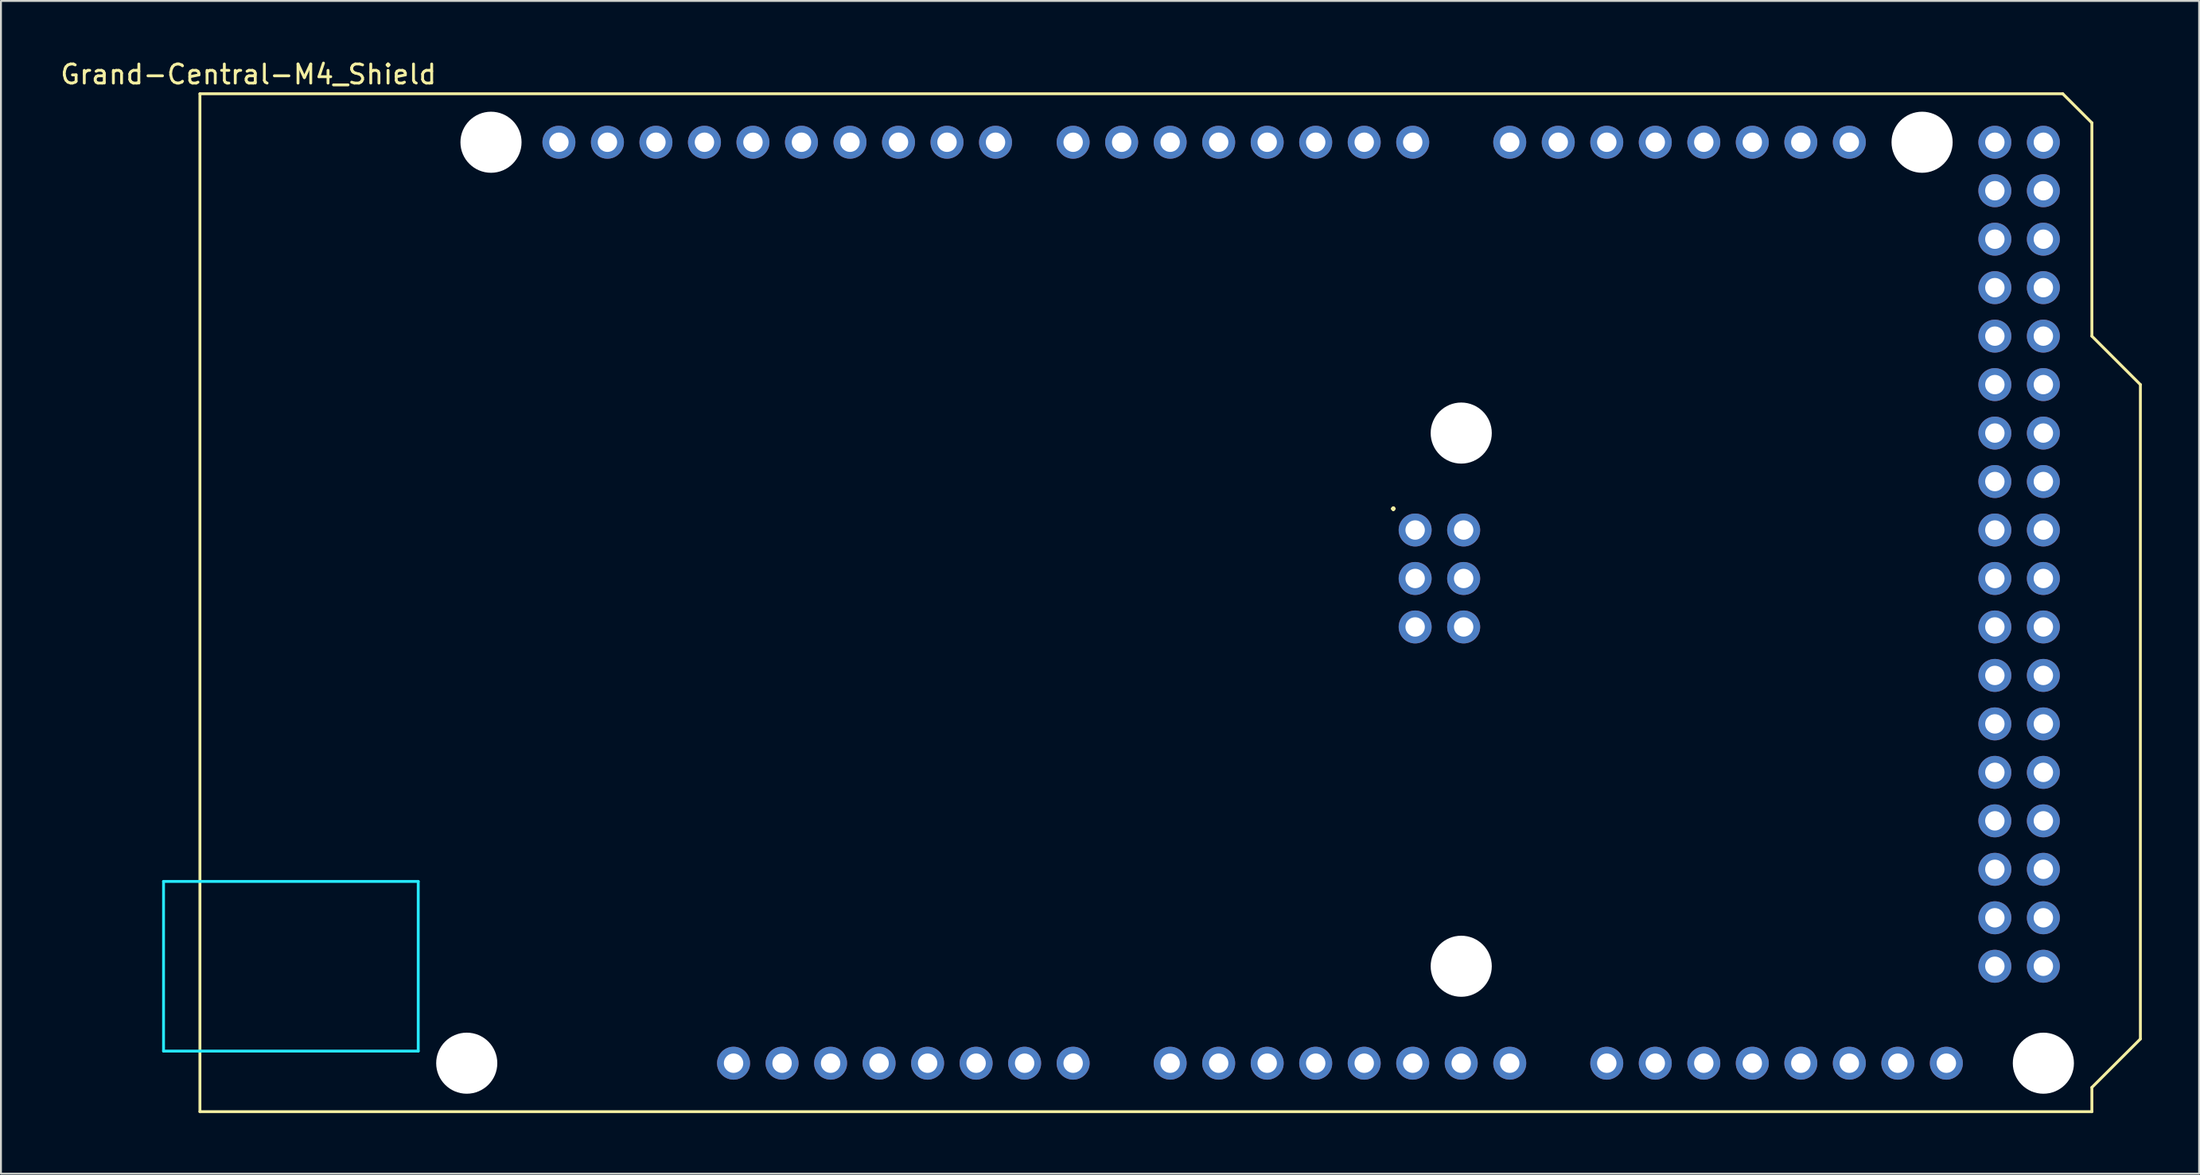
<source format=kicad_pcb>
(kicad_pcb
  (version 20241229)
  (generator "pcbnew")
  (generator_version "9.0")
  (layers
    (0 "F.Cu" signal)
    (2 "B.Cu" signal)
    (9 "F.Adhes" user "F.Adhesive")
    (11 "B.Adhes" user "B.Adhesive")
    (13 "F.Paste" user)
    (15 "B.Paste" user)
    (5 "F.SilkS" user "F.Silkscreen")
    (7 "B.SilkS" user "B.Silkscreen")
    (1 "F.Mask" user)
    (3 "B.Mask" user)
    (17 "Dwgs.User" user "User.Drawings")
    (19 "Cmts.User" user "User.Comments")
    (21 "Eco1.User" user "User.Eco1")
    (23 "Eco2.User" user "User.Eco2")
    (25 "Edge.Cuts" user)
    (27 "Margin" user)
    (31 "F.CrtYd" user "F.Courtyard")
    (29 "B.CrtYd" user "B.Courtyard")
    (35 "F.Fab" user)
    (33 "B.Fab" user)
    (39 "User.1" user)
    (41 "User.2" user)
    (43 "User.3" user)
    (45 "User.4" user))
  (footprint "Grand-Central-M4_Shield"
    (layer "F.Cu")
    (at 7.418 55.204)
    (property "Reference" "Grand-Central-M4_Shield" (at 2.54 -54.356 0) (layer "F.SilkS") (effects (font (size 1 1) (thickness 0.15))))
    (attr through_hole)
    (fp_line (start 0 -53.34) (end 0 0) (stroke (width 0.15) (type solid)) (layer "F.SilkS"))
    (fp_line (start 0 -53.34) (end 97.536 -53.34) (stroke (width 0.15) (type solid)) (layer "F.SilkS"))
    (fp_line (start 0 0) (end 99.06 0) (stroke (width 0.15) (type solid)) (layer "F.SilkS"))
    (fp_line (start 97.536 -53.34) (end 99.06 -51.816) (stroke (width 0.15) (type solid)) (layer "F.SilkS"))
    (fp_line (start 99.06 -40.64) (end 99.06 -51.816) (stroke (width 0.15) (type solid)) (layer "F.SilkS"))
    (fp_line (start 99.06 -1.27) (end 101.6 -3.81) (stroke (width 0.15) (type solid)) (layer "F.SilkS"))
    (fp_line (start 99.06 0) (end 99.06 -1.27) (stroke (width 0.15) (type solid)) (layer "F.SilkS"))
    (fp_line (start 101.6 -38.1) (end 99.06 -40.64) (stroke (width 0.15) (type solid)) (layer "F.SilkS"))
    (fp_line (start 101.6 -3.81) (end 101.6 -38.1) (stroke (width 0.15) (type solid)) (layer "F.SilkS"))
    (fp_line (start -1.905 -12.065) (end -1.905 -3.175) (stroke (width 0.15) (type solid)) (layer "B.CrtYd"))
    (fp_line (start -1.905 -12.065) (end 11.43 -12.065) (stroke (width 0.15) (type solid)) (layer "B.CrtYd"))
    (fp_line (start -1.905 -3.175) (end 11.43 -3.175) (stroke (width 0.15) (type solid)) (layer "B.CrtYd"))
    (fp_line (start 11.43 -12.065) (end 11.43 -3.175) (stroke (width 0.15) (type solid)) (layer "B.CrtYd"))
    (fp_text user "." (at 62.484 -32.004 0) (layer "F.SilkS") (effects (font (size 1 1) (thickness 0.15))))
    (pad "" np_thru_hole circle (at 13.97 -2.54) (size 3.2 3.2) (drill 3.2) (layers "*.Cu" "*.Mask"))
    (pad "" np_thru_hole circle (at 15.24 -50.8) (size 3.2 3.2) (drill 3.2) (layers "*.Cu" "*.Mask"))
    (pad "" np_thru_hole circle (at 66.04 -35.56) (size 3.2 3.2) (drill 3.2) (layers "*.Cu" "*.Mask"))
    (pad "" np_thru_hole circle (at 66.04 -7.62) (size 3.2 3.2) (drill 3.2) (layers "*.Cu" "*.Mask"))
    (pad "" np_thru_hole circle (at 90.17 -50.8) (size 3.2 3.2) (drill 3.2) (layers "*.Cu" "*.Mask"))
    (pad "" np_thru_hole circle (at 96.52 -2.54) (size 3.2 3.2) (drill 3.2) (layers "*.Cu" "*.Mask"))
    (pad "3V3" thru_hole oval (at 35.56 -2.54) (size 1.727 1.727) (drill 1.016) (layers "*.Cu" "*.Mask"))
    (pad "5V1" thru_hole oval (at 38.1 -2.54) (size 1.727 1.727) (drill 1.016) (layers "*.Cu" "*.Mask"))
    (pad "5V2" thru_hole oval (at 66.167 -30.48) (size 1.727 1.727) (drill 1.016) (layers "*.Cu" "*.Mask"))
    (pad "5V3" thru_hole oval (at 93.98 -50.8) (size 1.727 1.727) (drill 1.016) (layers "*.Cu" "*.Mask"))
    (pad "5V4" thru_hole oval (at 96.52 -50.8) (size 1.727 1.727) (drill 1.016) (layers "*.Cu" "*.Mask"))
    (pad "A0" thru_hole oval (at 50.8 -2.54) (size 1.727 1.727) (drill 1.016) (layers "*.Cu" "*.Mask"))
    (pad "A1" thru_hole oval (at 53.34 -2.54) (size 1.727 1.727) (drill 1.016) (layers "*.Cu" "*.Mask"))
    (pad "A2" thru_hole oval (at 55.88 -2.54) (size 1.727 1.727) (drill 1.016) (layers "*.Cu" "*.Mask"))
    (pad "A3" thru_hole oval (at 58.42 -2.54) (size 1.727 1.727) (drill 1.016) (layers "*.Cu" "*.Mask"))
    (pad "A4" thru_hole oval (at 60.96 -2.54) (size 1.727 1.727) (drill 1.016) (layers "*.Cu" "*.Mask"))
    (pad "A5" thru_hole oval (at 63.5 -2.54) (size 1.727 1.727) (drill 1.016) (layers "*.Cu" "*.Mask"))
    (pad "A6" thru_hole oval (at 66.04 -2.54) (size 1.727 1.727) (drill 1.016) (layers "*.Cu" "*.Mask"))
    (pad "A7" thru_hole oval (at 68.58 -2.54) (size 1.727 1.727) (drill 1.016) (layers "*.Cu" "*.Mask"))
    (pad "A8" thru_hole oval (at 73.66 -2.54) (size 1.727 1.727) (drill 1.016) (layers "*.Cu" "*.Mask"))
    (pad "A9" thru_hole oval (at 76.2 -2.54) (size 1.727 1.727) (drill 1.016) (layers "*.Cu" "*.Mask"))
    (pad "A10" thru_hole oval (at 78.74 -2.54) (size 1.727 1.727) (drill 1.016) (layers "*.Cu" "*.Mask"))
    (pad "A11" thru_hole oval (at 81.28 -2.54) (size 1.727 1.727) (drill 1.016) (layers "*.Cu" "*.Mask"))
    (pad "A12" thru_hole oval (at 83.82 -2.54) (size 1.727 1.727) (drill 1.016) (layers "*.Cu" "*.Mask"))
    (pad "A13" thru_hole oval (at 86.36 -2.54) (size 1.727 1.727) (drill 1.016) (layers "*.Cu" "*.Mask"))
    (pad "A14" thru_hole oval (at 88.9 -2.54) (size 1.727 1.727) (drill 1.016) (layers "*.Cu" "*.Mask"))
    (pad "A15" thru_hole oval (at 91.44 -2.54) (size 1.727 1.727) (drill 1.016) (layers "*.Cu" "*.Mask"))
    (pad "AREF" thru_hole oval (at 23.876 -50.8) (size 1.727 1.727) (drill 1.016) (layers "*.Cu" "*.Mask"))
    (pad "D0" thru_hole oval (at 63.5 -50.8) (size 1.727 1.727) (drill 1.016) (layers "*.Cu" "*.Mask"))
    (pad "D1" thru_hole oval (at 60.96 -50.8) (size 1.727 1.727) (drill 1.016) (layers "*.Cu" "*.Mask"))
    (pad "D2" thru_hole oval (at 58.42 -50.8) (size 1.727 1.727) (drill 1.016) (layers "*.Cu" "*.Mask"))
    (pad "D3" thru_hole oval (at 55.88 -50.8) (size 1.727 1.727) (drill 1.016) (layers "*.Cu" "*.Mask"))
    (pad "D4" thru_hole oval (at 53.34 -50.8) (size 1.727 1.727) (drill 1.016) (layers "*.Cu" "*.Mask"))
    (pad "D5" thru_hole oval (at 50.8 -50.8) (size 1.727 1.727) (drill 1.016) (layers "*.Cu" "*.Mask"))
    (pad "D6" thru_hole oval (at 48.26 -50.8) (size 1.727 1.727) (drill 1.016) (layers "*.Cu" "*.Mask"))
    (pad "D7" thru_hole oval (at 45.72 -50.8) (size 1.727 1.727) (drill 1.016) (layers "*.Cu" "*.Mask"))
    (pad "D8" thru_hole oval (at 41.656 -50.8) (size 1.727 1.727) (drill 1.016) (layers "*.Cu" "*.Mask"))
    (pad "D9" thru_hole oval (at 39.116 -50.8) (size 1.727 1.727) (drill 1.016) (layers "*.Cu" "*.Mask"))
    (pad "D10" thru_hole oval (at 36.576 -50.8) (size 1.727 1.727) (drill 1.016) (layers "*.Cu" "*.Mask"))
    (pad "D11" thru_hole oval (at 34.036 -50.8) (size 1.727 1.727) (drill 1.016) (layers "*.Cu" "*.Mask"))
    (pad "D12" thru_hole oval (at 31.496 -50.8) (size 1.727 1.727) (drill 1.016) (layers "*.Cu" "*.Mask"))
    (pad "D13" thru_hole oval (at 28.956 -50.8) (size 1.727 1.727) (drill 1.016) (layers "*.Cu" "*.Mask"))
    (pad "D14" thru_hole oval (at 68.58 -50.8) (size 1.727 1.727) (drill 1.016) (layers "*.Cu" "*.Mask"))
    (pad "D15" thru_hole oval (at 71.12 -50.8) (size 1.727 1.727) (drill 1.016) (layers "*.Cu" "*.Mask"))
    (pad "D16" thru_hole oval (at 73.66 -50.8) (size 1.727 1.727) (drill 1.016) (layers "*.Cu" "*.Mask"))
    (pad "D17" thru_hole oval (at 76.2 -50.8) (size 1.727 1.727) (drill 1.016) (layers "*.Cu" "*.Mask"))
    (pad "D18" thru_hole oval (at 78.74 -50.8) (size 1.727 1.727) (drill 1.016) (layers "*.Cu" "*.Mask"))
    (pad "D19" thru_hole oval (at 81.28 -50.8) (size 1.727 1.727) (drill 1.016) (layers "*.Cu" "*.Mask"))
    (pad "D20" thru_hole oval (at 83.82 -50.8) (size 1.727 1.727) (drill 1.016) (layers "*.Cu" "*.Mask"))
    (pad "D21" thru_hole oval (at 86.36 -50.8) (size 1.727 1.727) (drill 1.016) (layers "*.Cu" "*.Mask"))
    (pad "D22" thru_hole oval (at 93.98 -48.26) (size 1.727 1.727) (drill 1.016) (layers "*.Cu" "*.Mask"))
    (pad "D23" thru_hole oval (at 96.52 -48.26) (size 1.727 1.727) (drill 1.016) (layers "*.Cu" "*.Mask"))
    (pad "D24" thru_hole oval (at 93.98 -45.72) (size 1.727 1.727) (drill 1.016) (layers "*.Cu" "*.Mask"))
    (pad "D25" thru_hole oval (at 96.52 -45.72) (size 1.727 1.727) (drill 1.016) (layers "*.Cu" "*.Mask"))
    (pad "D26" thru_hole oval (at 93.98 -43.18) (size 1.727 1.727) (drill 1.016) (layers "*.Cu" "*.Mask"))
    (pad "D27" thru_hole oval (at 96.52 -43.18) (size 1.727 1.727) (drill 1.016) (layers "*.Cu" "*.Mask"))
    (pad "D28" thru_hole oval (at 93.98 -40.64) (size 1.727 1.727) (drill 1.016) (layers "*.Cu" "*.Mask"))
    (pad "D29" thru_hole oval (at 96.52 -40.64) (size 1.727 1.727) (drill 1.016) (layers "*.Cu" "*.Mask"))
    (pad "D30" thru_hole oval (at 93.98 -38.1) (size 1.727 1.727) (drill 1.016) (layers "*.Cu" "*.Mask"))
    (pad "D31" thru_hole oval (at 96.52 -38.1) (size 1.727 1.727) (drill 1.016) (layers "*.Cu" "*.Mask"))
    (pad "D32" thru_hole oval (at 93.98 -35.56) (size 1.727 1.727) (drill 1.016) (layers "*.Cu" "*.Mask"))
    (pad "D33" thru_hole oval (at 96.52 -35.56) (size 1.727 1.727) (drill 1.016) (layers "*.Cu" "*.Mask"))
    (pad "D34" thru_hole oval (at 93.98 -33.02) (size 1.727 1.727) (drill 1.016) (layers "*.Cu" "*.Mask"))
    (pad "D35" thru_hole oval (at 96.52 -33.02) (size 1.727 1.727) (drill 1.016) (layers "*.Cu" "*.Mask"))
    (pad "D36" thru_hole oval (at 93.98 -30.48) (size 1.727 1.727) (drill 1.016) (layers "*.Cu" "*.Mask"))
    (pad "D37" thru_hole oval (at 96.52 -30.48) (size 1.727 1.727) (drill 1.016) (layers "*.Cu" "*.Mask"))
    (pad "D38" thru_hole oval (at 93.98 -27.94) (size 1.727 1.727) (drill 1.016) (layers "*.Cu" "*.Mask"))
    (pad "D39" thru_hole oval (at 96.52 -27.94) (size 1.727 1.727) (drill 1.016) (layers "*.Cu" "*.Mask"))
    (pad "D40" thru_hole oval (at 93.98 -25.4) (size 1.727 1.727) (drill 1.016) (layers "*.Cu" "*.Mask"))
    (pad "D41" thru_hole oval (at 96.52 -25.4) (size 1.727 1.727) (drill 1.016) (layers "*.Cu" "*.Mask"))
    (pad "D42" thru_hole oval (at 93.98 -22.86) (size 1.727 1.727) (drill 1.016) (layers "*.Cu" "*.Mask"))
    (pad "D43" thru_hole oval (at 96.52 -22.86) (size 1.727 1.727) (drill 1.016) (layers "*.Cu" "*.Mask"))
    (pad "D44" thru_hole oval (at 93.98 -20.32) (size 1.727 1.727) (drill 1.016) (layers "*.Cu" "*.Mask"))
    (pad "D45" thru_hole oval (at 96.52 -20.32) (size 1.727 1.727) (drill 1.016) (layers "*.Cu" "*.Mask"))
    (pad "D46" thru_hole oval (at 93.98 -17.78) (size 1.727 1.727) (drill 1.016) (layers "*.Cu" "*.Mask"))
    (pad "D47" thru_hole oval (at 96.52 -17.78) (size 1.727 1.727) (drill 1.016) (layers "*.Cu" "*.Mask"))
    (pad "D48" thru_hole oval (at 93.98 -15.24) (size 1.727 1.727) (drill 1.016) (layers "*.Cu" "*.Mask"))
    (pad "D49" thru_hole oval (at 96.52 -15.24) (size 1.727 1.727) (drill 1.016) (layers "*.Cu" "*.Mask"))
    (pad "D50" thru_hole oval (at 93.98 -12.7) (size 1.727 1.727) (drill 1.016) (layers "*.Cu" "*.Mask"))
    (pad "D51" thru_hole oval (at 96.52 -12.7) (size 1.727 1.727) (drill 1.016) (layers "*.Cu" "*.Mask"))
    (pad "D52" thru_hole oval (at 93.98 -10.16) (size 1.727 1.727) (drill 1.016) (layers "*.Cu" "*.Mask"))
    (pad "D53" thru_hole oval (at 96.52 -10.16) (size 1.727 1.727) (drill 1.016) (layers "*.Cu" "*.Mask"))
    (pad "GND1" thru_hole oval (at 26.416 -50.8) (size 1.727 1.727) (drill 1.016) (layers "*.Cu" "*.Mask"))
    (pad "GND2" thru_hole oval (at 40.64 -2.54) (size 1.727 1.727) (drill 1.016) (layers "*.Cu" "*.Mask"))
    (pad "GND3" thru_hole oval (at 43.18 -2.54) (size 1.727 1.727) (drill 1.016) (layers "*.Cu" "*.Mask"))
    (pad "GND4" thru_hole oval (at 66.167 -25.4) (size 1.727 1.727) (drill 1.016) (layers "*.Cu" "*.Mask"))
    (pad "GND5" thru_hole oval (at 93.98 -7.62) (size 1.727 1.727) (drill 1.016) (layers "*.Cu" "*.Mask"))
    (pad "GND6" thru_hole oval (at 96.52 -7.62) (size 1.727 1.727) (drill 1.016) (layers "*.Cu" "*.Mask"))
    (pad "IOREF" thru_hole oval (at 30.48 -2.54) (size 1.727 1.727) (drill 1.016) (layers "*.Cu" "*.Mask"))
    (pad "MISO" thru_hole oval (at 63.627 -30.48) (size 1.727 1.727) (drill 1.016) (layers "*.Cu" "*.Mask"))
    (pad "MOSI" thru_hole oval (at 66.167 -27.94) (size 1.727 1.727) (drill 1.016) (layers "*.Cu" "*.Mask"))
    (pad "SCK" thru_hole oval (at 63.627 -27.94) (size 1.727 1.727) (drill 1.016) (layers "*.Cu" "*.Mask"))
    (pad "SCL1" thru_hole oval (at 18.796 -50.8) (size 1.727 1.727) (drill 1.016) (layers "*.Cu" "*.Mask"))
    (pad "SDA1" thru_hole oval (at 21.336 -50.8) (size 1.727 1.727) (drill 1.016) (layers "*.Cu" "*.Mask"))
    (pad "VIN" thru_hole oval (at 45.72 -2.54) (size 1.727 1.727) (drill 1.016) (layers "*.Cu" "*.Mask"))
    (pad "~" thru_hole oval (at 27.94 -2.54) (size 1.727 1.727) (drill 1.016) (layers "*.Cu" "*.Mask"))
    (pad "~RST1" thru_hole oval (at 33.02 -2.54) (size 1.727 1.727) (drill 1.016) (layers "*.Cu" "*.Mask"))
    (pad "~RST2" thru_hole oval (at 63.627 -25.4) (size 1.727 1.727) (drill 1.016) (layers "*.Cu" "*.Mask")))
  (gr_rect
    (start -3 -3)
    (end 112.093 58.454)
    (stroke (width 0.1) (type default))
    (fill no)
    (layer "Edge.Cuts")))
</source>
